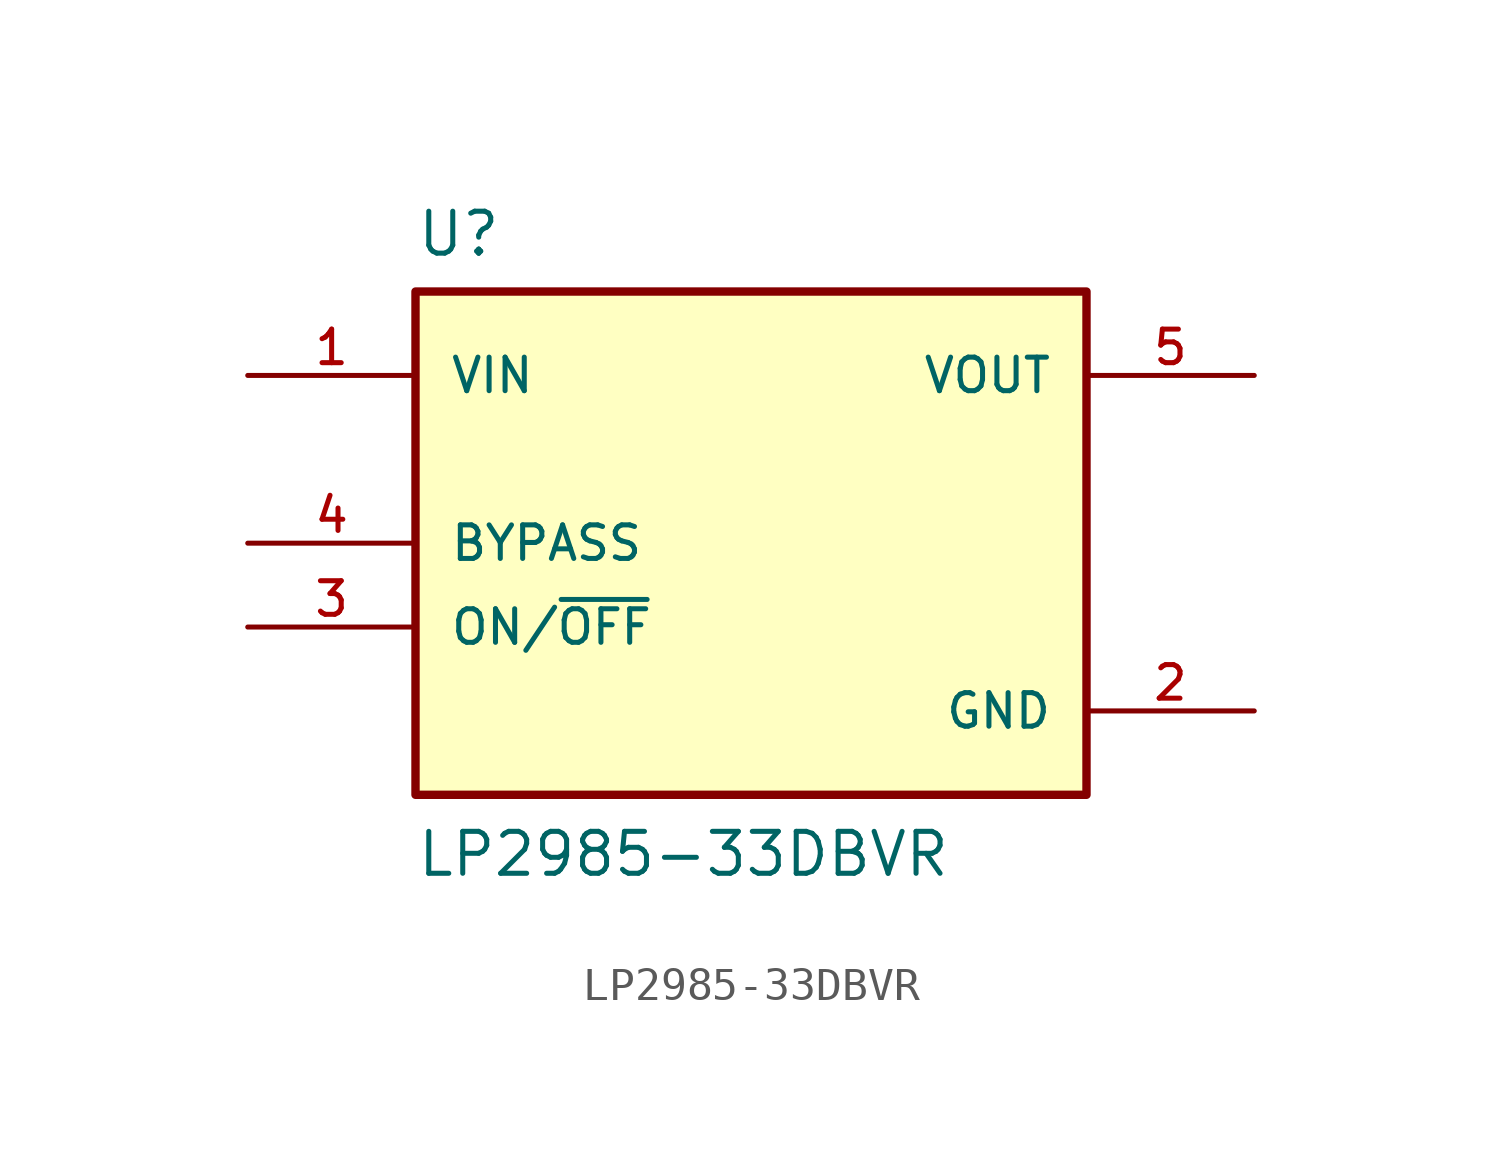
<source format=kicad_sym>
(kicad_symbol_lib
  (version 20231120)
  (generator "kicad_symbol_editor")
  (generator_version "8.0")
  (symbol "LP2985-33DBVR"
    (pin_names
      (offset 1.016))
    (property "Reference" "U"
      (at -10.16 8.62 0)
      (effects (font (size 1.27 1.27)) (justify left bottom)))
    (property "Value" "LP2985-33DBVR"
      (at -10.16 -10.16 0)
      (effects (font (size 1.27 1.27)) (justify left bottom)))
    (symbol "LP2985-33DBVR_0_0"
      (rectangle (start -10.16 -7.62) (end 10.16 7.62) (stroke (width 0.254) (type default)) (fill (type background)))
      (pin input line (at -15.24 5.08 0) (length 5.08) (name "VIN" (effects (font (size 1.016 1.016)))) (number "1" (effects (font (size 1.016 1.016)))))
      (pin power_in line (at 15.24 -5.08 180) (length 5.08) (name "GND" (effects (font (size 1.016 1.016)))) (number "2" (effects (font (size 1.016 1.016)))))
      (pin input line (at -15.24 -2.54 0) (length 5.08) (name "ON/~{OFF}" (effects (font (size 1.016 1.016)))) (number "3" (effects (font (size 1.016 1.016)))))
      (pin bidirectional line (at -15.24 0 0) (length 5.08) (name "BYPASS" (effects (font (size 1.016 1.016)))) (number "4" (effects (font (size 1.016 1.016)))))
      (pin output line (at 15.24 5.08 180) (length 5.08) (name "VOUT" (effects (font (size 1.016 1.016)))) (number "5" (effects (font (size 1.016 1.016))))))))
</source>
